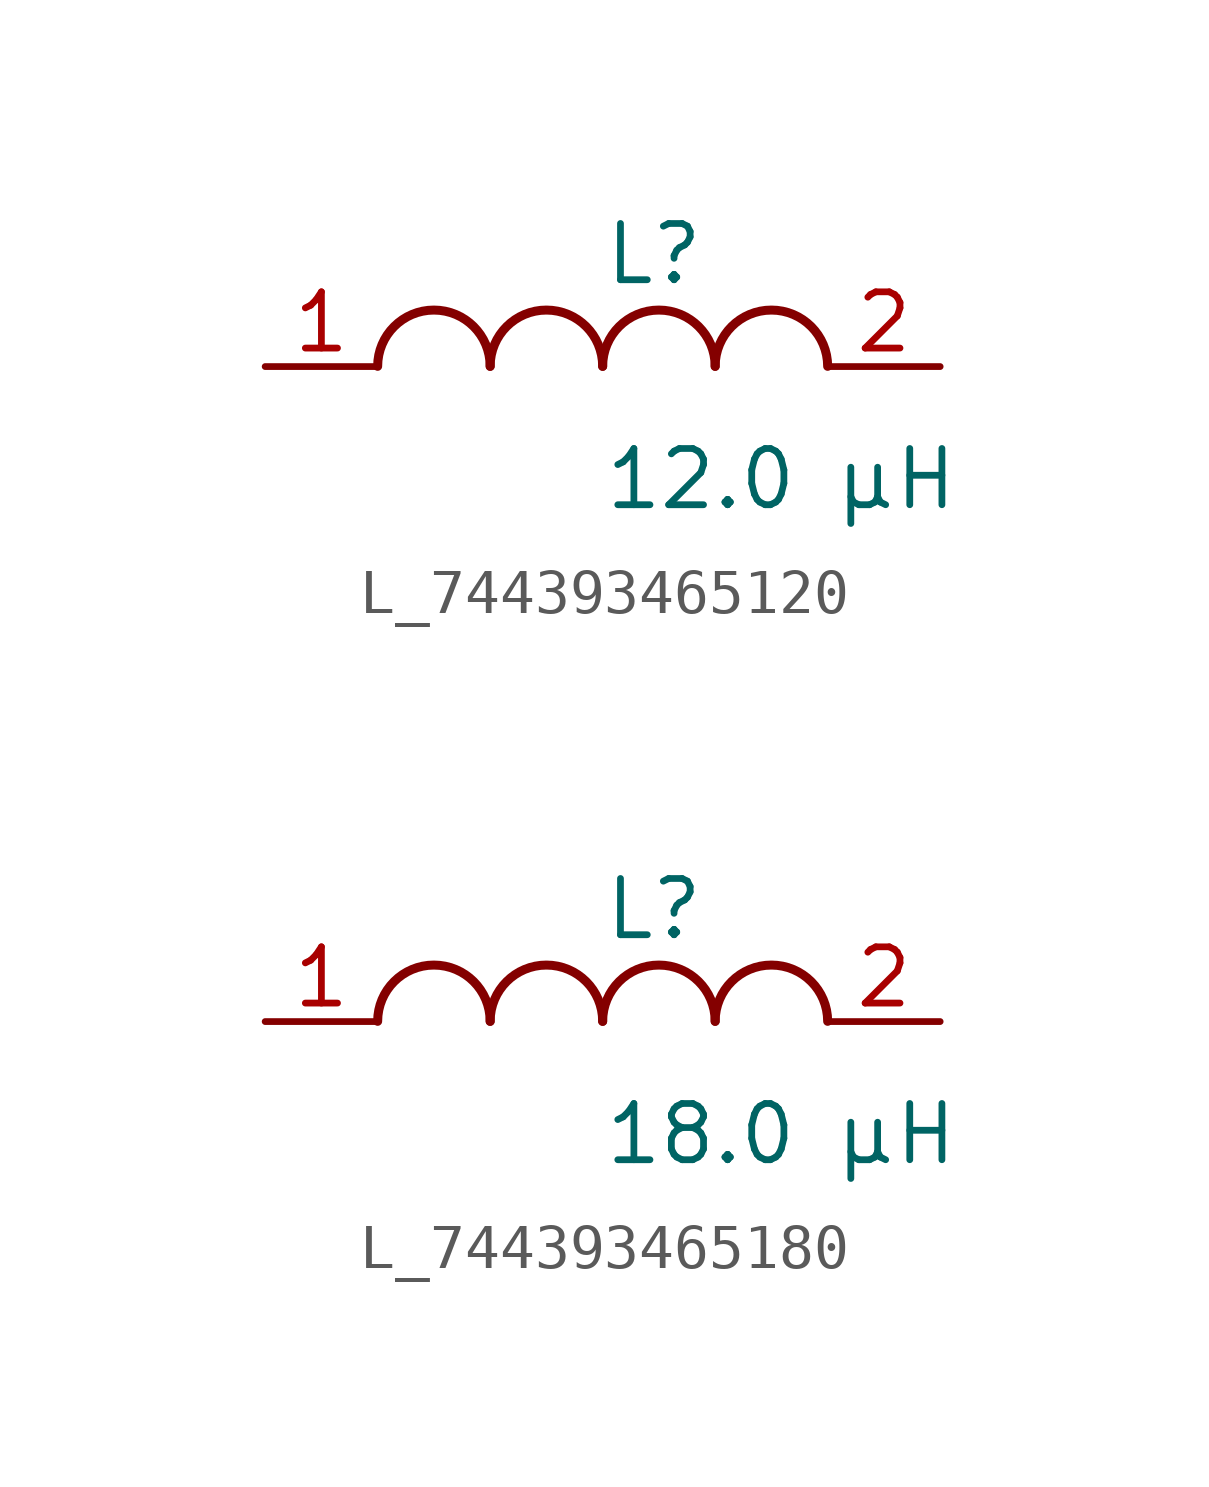
<source format=kicad_sym>
(kicad_symbol_lib
  (version 20231120)
  (generator kicad_symbol_editor)
  (generator_version 8.0)
  (symbol "L_744393465120"
    (pin_names
      (offset 0.254))
    (property "Reference" "L"
      (at 0 2.54 0)
      (effects (font (size 1.27 1.27)) (justify left)))
    (property "Value" "12.0 µH"
      (at 0 -2.54 0)
      (effects (font (size 1.27 1.27)) (justify left)))
    (symbol "L_744393465120_1_1"
      (arc (start -2.54 0.0056) (mid -3.81 1.27) (end -5.08 0.0056) (stroke (width 0.2032) (type default)) (fill (type none)))
      (arc (start 0 0.0056) (mid -1.27 1.27) (end -2.54 0.0056) (stroke (width 0.2032) (type default)) (fill (type none)))
      (arc (start 2.54 0.0056) (mid 1.27 1.27) (end 0 0.0056) (stroke (width 0.2032) (type default)) (fill (type none)))
      (arc (start 5.08 0.0056) (mid 3.81 1.27) (end 2.54 0.0056) (stroke (width 0.2032) (type default)) (fill (type none)))
      (pin unspecified line (at -7.62 0 0) (length 2.54) (name "" (effects (font (size 1.27 1.27)))) (number "1" (effects (font (size 1.27 1.27)))))
      (pin unspecified line (at 7.62 0 180) (length 2.54) (name "" (effects (font (size 1.27 1.27)))) (number "2" (effects (font (size 1.27 1.27)))))))
  (symbol "L_744393465180"
    (pin_names
      (offset 0.254))
    (property "Reference" "L"
      (at 0 2.54 0)
      (effects (font (size 1.27 1.27)) (justify left)))
    (property "Value" "18.0 µH"
      (at 0 -2.54 0)
      (effects (font (size 1.27 1.27)) (justify left)))
    (symbol "L_744393465180_1_1"
      (arc (start -2.54 0.0056) (mid -3.81 1.27) (end -5.08 0.0056) (stroke (width 0.2032) (type default)) (fill (type none)))
      (arc (start 0 0.0056) (mid -1.27 1.27) (end -2.54 0.0056) (stroke (width 0.2032) (type default)) (fill (type none)))
      (arc (start 2.54 0.0056) (mid 1.27 1.27) (end 0 0.0056) (stroke (width 0.2032) (type default)) (fill (type none)))
      (arc (start 5.08 0.0056) (mid 3.81 1.27) (end 2.54 0.0056) (stroke (width 0.2032) (type default)) (fill (type none)))
      (pin unspecified line (at -7.62 0 0) (length 2.54) (name "" (effects (font (size 1.27 1.27)))) (number "1" (effects (font (size 1.27 1.27)))))
      (pin unspecified line (at 7.62 0 180) (length 2.54) (name "" (effects (font (size 1.27 1.27)))) (number "2" (effects (font (size 1.27 1.27))))))))
</source>
